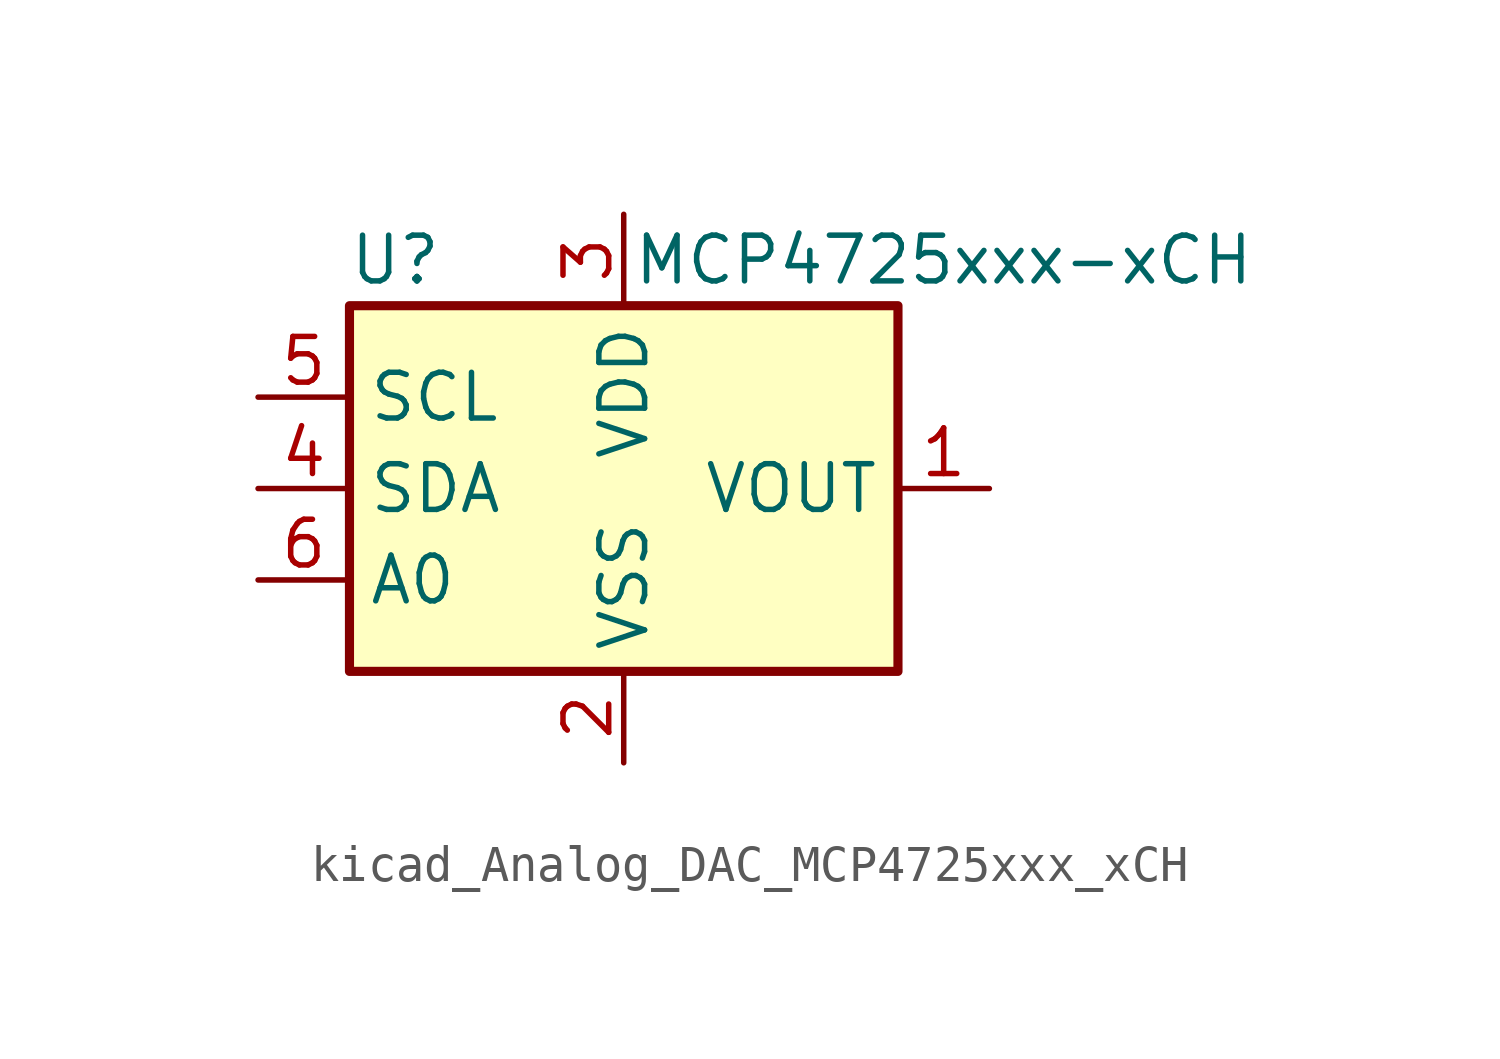
<source format=kicad_sym>
(kicad_symbol_lib
  (version 20220914)
  (generator kicad_symbol_editor)
  (symbol "kicad_Analog_DAC_MCP4725xxx_xCH"
    (property "Reference" "U"
      (at -6.35 6.35 0)
      (effects (font (size 1.27 1.27))))
    (property "Value" "MCP4725xxx-xCH"
      (at 8.89 6.35 0)
      (effects (font (size 1.27 1.27))))
    (symbol "kicad_Analog_DAC_MCP4725xxx_xCH_0_1"
      (rectangle (start -7.62 5.08) (end 7.62 -5.08) (stroke (width 0.254) (type default)) (fill (type background))))
    (symbol "kicad_Analog_DAC_MCP4725xxx_xCH_1_1"
      (pin output line (at 10.16 0 180) (length 2.54) (name "VOUT" (effects (font (size 1.27 1.27)))) (number "1" (effects (font (size 1.27 1.27)))))
      (pin power_in line (at 0 -7.62 90) (length 2.54) (name "VSS" (effects (font (size 1.27 1.27)))) (number "2" (effects (font (size 1.27 1.27)))))
      (pin power_in line (at 0 7.62 270) (length 2.54) (name "VDD" (effects (font (size 1.27 1.27)))) (number "3" (effects (font (size 1.27 1.27)))))
      (pin bidirectional line (at -10.16 0 0) (length 2.54) (name "SDA" (effects (font (size 1.27 1.27)))) (number "4" (effects (font (size 1.27 1.27)))))
      (pin input line (at -10.16 2.54 0) (length 2.54) (name "SCL" (effects (font (size 1.27 1.27)))) (number "5" (effects (font (size 1.27 1.27)))))
      (pin input line (at -10.16 -2.54 0) (length 2.54) (name "A0" (effects (font (size 1.27 1.27)))) (number "6" (effects (font (size 1.27 1.27))))))))
</source>
